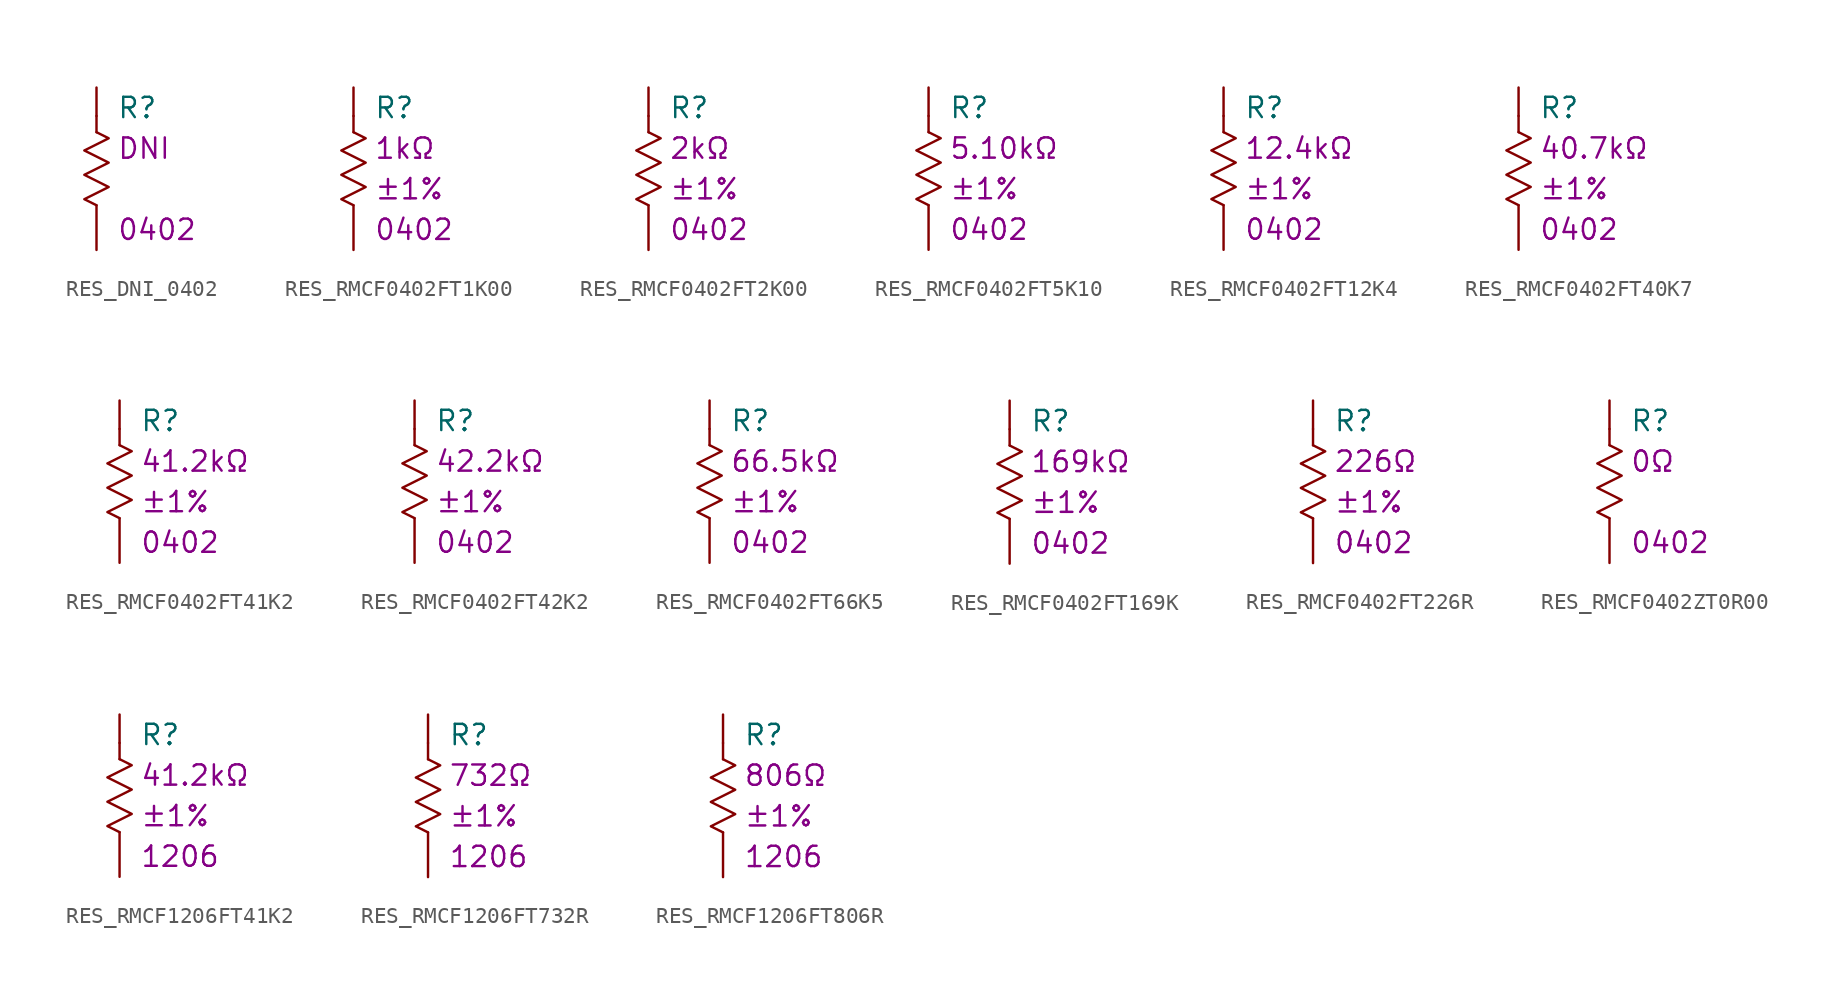
<source format=kicad_sym>
(kicad_symbol_lib
  (version 20211014)
  (generator kicad_symbol_editor)
  (symbol "RES_DNI_0402"
    (pin_numbers hide)
    (pin_names
      (offset 1.27) hide)
    (property "Reference" "R"
      (at 1.27 3.81 0)
      (effects (font (size 1.27 1.27)) (justify left)))
    (property "Package" "0402"
      (at 1.27 -3.81 0)
      (effects (font (size 1.27 1.27)) (justify left)))
    (property "Property" "DNI"
      (at 1.27 1.27 0)
      (effects (font (size 1.27 1.27)) (justify left)))
    (symbol "RES_DNI_0402_0_1"
      (polyline (pts (xy 0 3.302) (xy 0 3.302)) (stroke (width 0) (type default) (color 0 0 0 0)) (fill (type none)))
      (polyline (pts (xy 0 2.286) (xy 0.762 1.905) (xy -0.762 1.143) (xy 0.762 0.381) (xy -0.762 -0.381) (xy 0.762 -1.143) (xy -0.762 -1.905) (xy 0 -2.286)) (stroke (width 0) (type default) (color 0 0 0 0)) (fill (type none))))
    (symbol "RES_DNI_0402_1_1"
      (pin passive line (at 0 5.08 270) (length 2.794) (name "1" (effects (font (size 1.27 1.27)))) (number "1" (effects (font (size 1.27 1.27)))))
      (pin passive line (at 0 -5.08 90) (length 2.794) (name "2" (effects (font (size 1.27 1.27)))) (number "2" (effects (font (size 1.27 1.27)))))))
  (symbol "RES_RMCF0402FT1K00"
    (pin_numbers hide)
    (pin_names
      (offset 1.27) hide)
    (property "Reference" "R"
      (at 1.27 3.81 0)
      (effects (font (size 1.27 1.27)) (justify left)))
    (property "Package" "0402"
      (at 1.27 -3.81 0)
      (effects (font (size 1.27 1.27)) (justify left)))
    (property "Property" "1kΩ"
      (at 1.27 1.27 0)
      (effects (font (size 1.27 1.27)) (justify left)))
    (property "Tolerance" "±1%"
      (at 1.27 -1.27 0)
      (effects (font (size 1.27 1.27)) (justify left)))
    (symbol "RES_RMCF0402FT1K00_0_1"
      (polyline (pts (xy 0 3.302) (xy 0 3.302)) (stroke (width 0) (type default) (color 0 0 0 0)) (fill (type none)))
      (polyline (pts (xy 0 2.286) (xy 0.762 1.905) (xy -0.762 1.143) (xy 0.762 0.381) (xy -0.762 -0.381) (xy 0.762 -1.143) (xy -0.762 -1.905) (xy 0 -2.286)) (stroke (width 0) (type default) (color 0 0 0 0)) (fill (type none))))
    (symbol "RES_RMCF0402FT1K00_1_1"
      (pin passive line (at 0 5.08 270) (length 2.794) (name "1" (effects (font (size 1.27 1.27)))) (number "1" (effects (font (size 1.27 1.27)))))
      (pin passive line (at 0 -5.08 90) (length 2.794) (name "2" (effects (font (size 1.27 1.27)))) (number "2" (effects (font (size 1.27 1.27)))))))
  (symbol "RES_RMCF0402FT2K00"
    (pin_numbers hide)
    (pin_names
      (offset 1.27) hide)
    (property "Reference" "R"
      (at 1.27 3.81 0)
      (effects (font (size 1.27 1.27)) (justify left)))
    (property "Package" "0402"
      (at 1.27 -3.81 0)
      (effects (font (size 1.27 1.27)) (justify left)))
    (property "Property" "2kΩ"
      (at 1.27 1.27 0)
      (effects (font (size 1.27 1.27)) (justify left)))
    (property "Tolerance" "±1%"
      (at 1.27 -1.27 0)
      (effects (font (size 1.27 1.27)) (justify left)))
    (symbol "RES_RMCF0402FT2K00_0_1"
      (polyline (pts (xy 0 3.302) (xy 0 3.302)) (stroke (width 0) (type default) (color 0 0 0 0)) (fill (type none)))
      (polyline (pts (xy 0 2.286) (xy 0.762 1.905) (xy -0.762 1.143) (xy 0.762 0.381) (xy -0.762 -0.381) (xy 0.762 -1.143) (xy -0.762 -1.905) (xy 0 -2.286)) (stroke (width 0) (type default) (color 0 0 0 0)) (fill (type none))))
    (symbol "RES_RMCF0402FT2K00_1_1"
      (pin passive line (at 0 5.08 270) (length 2.794) (name "1" (effects (font (size 1.27 1.27)))) (number "1" (effects (font (size 1.27 1.27)))))
      (pin passive line (at 0 -5.08 90) (length 2.794) (name "2" (effects (font (size 1.27 1.27)))) (number "2" (effects (font (size 1.27 1.27)))))))
  (symbol "RES_RMCF0402FT5K10"
    (pin_numbers hide)
    (pin_names
      (offset 1.27) hide)
    (property "Reference" "R"
      (at 1.27 3.81 0)
      (effects (font (size 1.27 1.27)) (justify left)))
    (property "Package" "0402"
      (at 1.27 -3.81 0)
      (effects (font (size 1.27 1.27)) (justify left)))
    (property "Property" "5.10kΩ"
      (at 1.27 1.27 0)
      (effects (font (size 1.27 1.27)) (justify left)))
    (property "Tolerance" "±1%"
      (at 1.27 -1.27 0)
      (effects (font (size 1.27 1.27)) (justify left)))
    (symbol "RES_RMCF0402FT5K10_0_1"
      (polyline (pts (xy 0 3.302) (xy 0 3.302)) (stroke (width 0) (type default) (color 0 0 0 0)) (fill (type none)))
      (polyline (pts (xy 0 2.286) (xy 0.762 1.905) (xy -0.762 1.143) (xy 0.762 0.381) (xy -0.762 -0.381) (xy 0.762 -1.143) (xy -0.762 -1.905) (xy 0 -2.286)) (stroke (width 0) (type default) (color 0 0 0 0)) (fill (type none))))
    (symbol "RES_RMCF0402FT5K10_1_1"
      (pin passive line (at 0 5.08 270) (length 2.794) (name "1" (effects (font (size 1.27 1.27)))) (number "1" (effects (font (size 1.27 1.27)))))
      (pin passive line (at 0 -5.08 90) (length 2.794) (name "2" (effects (font (size 1.27 1.27)))) (number "2" (effects (font (size 1.27 1.27)))))))
  (symbol "RES_RMCF0402FT12K4"
    (pin_numbers hide)
    (pin_names
      (offset 1.27) hide)
    (property "Reference" "R"
      (at 1.27 3.81 0)
      (effects (font (size 1.27 1.27)) (justify left)))
    (property "Package" "0402"
      (at 1.27 -3.81 0)
      (effects (font (size 1.27 1.27)) (justify left)))
    (property "Property" "12.4kΩ"
      (at 1.27 1.27 0)
      (effects (font (size 1.27 1.27)) (justify left)))
    (property "Tolerance" "±1%"
      (at 1.27 -1.27 0)
      (effects (font (size 1.27 1.27)) (justify left)))
    (symbol "RES_RMCF0402FT12K4_0_1"
      (polyline (pts (xy 0 3.302) (xy 0 3.302)) (stroke (width 0) (type default) (color 0 0 0 0)) (fill (type none)))
      (polyline (pts (xy 0 2.286) (xy 0.762 1.905) (xy -0.762 1.143) (xy 0.762 0.381) (xy -0.762 -0.381) (xy 0.762 -1.143) (xy -0.762 -1.905) (xy 0 -2.286)) (stroke (width 0) (type default) (color 0 0 0 0)) (fill (type none))))
    (symbol "RES_RMCF0402FT12K4_1_1"
      (pin passive line (at 0 5.08 270) (length 2.794) (name "1" (effects (font (size 1.27 1.27)))) (number "1" (effects (font (size 1.27 1.27)))))
      (pin passive line (at 0 -5.08 90) (length 2.794) (name "2" (effects (font (size 1.27 1.27)))) (number "2" (effects (font (size 1.27 1.27)))))))
  (symbol "RES_RMCF0402FT40K7"
    (pin_numbers hide)
    (pin_names
      (offset 1.27) hide)
    (property "Reference" "R"
      (at 1.27 3.81 0)
      (effects (font (size 1.27 1.27)) (justify left)))
    (property "Package" "0402"
      (at 1.27 -3.81 0)
      (effects (font (size 1.27 1.27)) (justify left)))
    (property "Property" "40.7kΩ"
      (at 1.27 1.27 0)
      (effects (font (size 1.27 1.27)) (justify left)))
    (property "Tolerance" "±1%"
      (at 1.27 -1.27 0)
      (effects (font (size 1.27 1.27)) (justify left)))
    (symbol "RES_RMCF0402FT40K7_0_1"
      (polyline (pts (xy 0 3.302) (xy 0 3.302)) (stroke (width 0) (type default) (color 0 0 0 0)) (fill (type none)))
      (polyline (pts (xy 0 2.286) (xy 0.762 1.905) (xy -0.762 1.143) (xy 0.762 0.381) (xy -0.762 -0.381) (xy 0.762 -1.143) (xy -0.762 -1.905) (xy 0 -2.286)) (stroke (width 0) (type default) (color 0 0 0 0)) (fill (type none))))
    (symbol "RES_RMCF0402FT40K7_1_1"
      (pin passive line (at 0 5.08 270) (length 2.794) (name "1" (effects (font (size 1.27 1.27)))) (number "1" (effects (font (size 1.27 1.27)))))
      (pin passive line (at 0 -5.08 90) (length 2.794) (name "2" (effects (font (size 1.27 1.27)))) (number "2" (effects (font (size 1.27 1.27)))))))
  (symbol "RES_RMCF0402FT41K2"
    (pin_numbers hide)
    (pin_names
      (offset 1.27) hide)
    (property "Reference" "R"
      (at 1.27 3.81 0)
      (effects (font (size 1.27 1.27)) (justify left)))
    (property "Package" "0402"
      (at 1.27 -3.81 0)
      (effects (font (size 1.27 1.27)) (justify left)))
    (property "Property" "41.2kΩ"
      (at 1.27 1.27 0)
      (effects (font (size 1.27 1.27)) (justify left)))
    (property "Tolerance" "±1%"
      (at 1.27 -1.27 0)
      (effects (font (size 1.27 1.27)) (justify left)))
    (symbol "RES_RMCF0402FT41K2_0_1"
      (polyline (pts (xy 0 3.302) (xy 0 3.302)) (stroke (width 0) (type default) (color 0 0 0 0)) (fill (type none)))
      (polyline (pts (xy 0 2.286) (xy 0.762 1.905) (xy -0.762 1.143) (xy 0.762 0.381) (xy -0.762 -0.381) (xy 0.762 -1.143) (xy -0.762 -1.905) (xy 0 -2.286)) (stroke (width 0) (type default) (color 0 0 0 0)) (fill (type none))))
    (symbol "RES_RMCF0402FT41K2_1_1"
      (pin passive line (at 0 5.08 270) (length 2.794) (name "1" (effects (font (size 1.27 1.27)))) (number "1" (effects (font (size 1.27 1.27)))))
      (pin passive line (at 0 -5.08 90) (length 2.794) (name "2" (effects (font (size 1.27 1.27)))) (number "2" (effects (font (size 1.27 1.27)))))))
  (symbol "RES_RMCF0402FT42K2"
    (pin_numbers hide)
    (pin_names
      (offset 1.27) hide)
    (property "Reference" "R"
      (at 1.27 3.81 0)
      (effects (font (size 1.27 1.27)) (justify left)))
    (property "Package" "0402"
      (at 1.27 -3.81 0)
      (effects (font (size 1.27 1.27)) (justify left)))
    (property "Property" "42.2kΩ"
      (at 1.27 1.27 0)
      (effects (font (size 1.27 1.27)) (justify left)))
    (property "Tolerance" "±1%"
      (at 1.27 -1.27 0)
      (effects (font (size 1.27 1.27)) (justify left)))
    (symbol "RES_RMCF0402FT42K2_0_1"
      (polyline (pts (xy 0 3.302) (xy 0 3.302)) (stroke (width 0) (type default) (color 0 0 0 0)) (fill (type none)))
      (polyline (pts (xy 0 2.286) (xy 0.762 1.905) (xy -0.762 1.143) (xy 0.762 0.381) (xy -0.762 -0.381) (xy 0.762 -1.143) (xy -0.762 -1.905) (xy 0 -2.286)) (stroke (width 0) (type default) (color 0 0 0 0)) (fill (type none))))
    (symbol "RES_RMCF0402FT42K2_1_1"
      (pin passive line (at 0 5.08 270) (length 2.794) (name "1" (effects (font (size 1.27 1.27)))) (number "1" (effects (font (size 1.27 1.27)))))
      (pin passive line (at 0 -5.08 90) (length 2.794) (name "2" (effects (font (size 1.27 1.27)))) (number "2" (effects (font (size 1.27 1.27)))))))
  (symbol "RES_RMCF0402FT66K5"
    (pin_numbers hide)
    (pin_names
      (offset 1.27) hide)
    (property "Reference" "R"
      (at 1.27 3.81 0)
      (effects (font (size 1.27 1.27)) (justify left)))
    (property "Package" "0402"
      (at 1.27 -3.81 0)
      (effects (font (size 1.27 1.27)) (justify left)))
    (property "Property" "66.5kΩ"
      (at 1.27 1.27 0)
      (effects (font (size 1.27 1.27)) (justify left)))
    (property "Tolerance" "±1%"
      (at 1.27 -1.27 0)
      (effects (font (size 1.27 1.27)) (justify left)))
    (symbol "RES_RMCF0402FT66K5_0_1"
      (polyline (pts (xy 0 3.302) (xy 0 3.302)) (stroke (width 0) (type default) (color 0 0 0 0)) (fill (type none)))
      (polyline (pts (xy 0 2.286) (xy 0.762 1.905) (xy -0.762 1.143) (xy 0.762 0.381) (xy -0.762 -0.381) (xy 0.762 -1.143) (xy -0.762 -1.905) (xy 0 -2.286)) (stroke (width 0) (type default) (color 0 0 0 0)) (fill (type none))))
    (symbol "RES_RMCF0402FT66K5_1_1"
      (pin passive line (at 0 5.08 270) (length 2.794) (name "1" (effects (font (size 1.27 1.27)))) (number "1" (effects (font (size 1.27 1.27)))))
      (pin passive line (at 0 -5.08 90) (length 2.794) (name "2" (effects (font (size 1.27 1.27)))) (number "2" (effects (font (size 1.27 1.27)))))))
  (symbol "RES_RMCF0402FT169K"
    (pin_numbers hide)
    (pin_names
      (offset 1.27) hide)
    (property "Reference" "R"
      (at 1.27 3.81 0)
      (effects (font (size 1.27 1.27)) (justify left)))
    (property "Package" "0402"
      (at 1.27 -3.81 0)
      (effects (font (size 1.27 1.27)) (justify left)))
    (property "Property" "169kΩ"
      (at 1.27 1.27 0)
      (effects (font (size 1.27 1.27)) (justify left)))
    (property "Tolerance" "±1%"
      (at 1.27 -1.27 0)
      (effects (font (size 1.27 1.27)) (justify left)))
    (symbol "RES_RMCF0402FT169K_0_1"
      (polyline (pts (xy 0 3.302) (xy 0 3.302)) (stroke (width 0) (type default) (color 0 0 0 0)) (fill (type none)))
      (polyline (pts (xy 0 2.286) (xy 0.762 1.905) (xy -0.762 1.143) (xy 0.762 0.381) (xy -0.762 -0.381) (xy 0.762 -1.143) (xy -0.762 -1.905) (xy 0 -2.286)) (stroke (width 0) (type default) (color 0 0 0 0)) (fill (type none))))
    (symbol "RES_RMCF0402FT169K_1_1"
      (pin passive line (at 0 5.08 270) (length 2.794) (name "1" (effects (font (size 1.27 1.27)))) (number "1" (effects (font (size 1.27 1.27)))))
      (pin passive line (at 0 -5.08 90) (length 2.794) (name "2" (effects (font (size 1.27 1.27)))) (number "2" (effects (font (size 1.27 1.27)))))))
  (symbol "RES_RMCF0402FT226R"
    (pin_numbers hide)
    (pin_names
      (offset 1.27) hide)
    (property "Reference" "R"
      (at 1.27 3.81 0)
      (effects (font (size 1.27 1.27)) (justify left)))
    (property "Package" "0402"
      (at 1.27 -3.81 0)
      (effects (font (size 1.27 1.27)) (justify left)))
    (property "Property" "226Ω"
      (at 1.27 1.27 0)
      (effects (font (size 1.27 1.27)) (justify left)))
    (property "Tolerance" "±1%"
      (at 1.27 -1.27 0)
      (effects (font (size 1.27 1.27)) (justify left)))
    (symbol "RES_RMCF0402FT226R_0_1"
      (polyline (pts (xy 0 3.302) (xy 0 3.302)) (stroke (width 0) (type default) (color 0 0 0 0)) (fill (type none)))
      (polyline (pts (xy 0 2.286) (xy 0.762 1.905) (xy -0.762 1.143) (xy 0.762 0.381) (xy -0.762 -0.381) (xy 0.762 -1.143) (xy -0.762 -1.905) (xy 0 -2.286)) (stroke (width 0) (type default) (color 0 0 0 0)) (fill (type none))))
    (symbol "RES_RMCF0402FT226R_1_1"
      (pin passive line (at 0 5.08 270) (length 2.794) (name "1" (effects (font (size 1.27 1.27)))) (number "1" (effects (font (size 1.27 1.27)))))
      (pin passive line (at 0 -5.08 90) (length 2.794) (name "2" (effects (font (size 1.27 1.27)))) (number "2" (effects (font (size 1.27 1.27)))))))
  (symbol "RES_RMCF0402ZT0R00"
    (pin_numbers hide)
    (pin_names
      (offset 1.27) hide)
    (property "Reference" "R"
      (at 1.27 3.81 0)
      (effects (font (size 1.27 1.27)) (justify left)))
    (property "Package" "0402"
      (at 1.27 -3.81 0)
      (effects (font (size 1.27 1.27)) (justify left)))
    (property "Property" "0Ω"
      (at 1.27 1.27 0)
      (effects (font (size 1.27 1.27)) (justify left)))
    (symbol "RES_RMCF0402ZT0R00_0_1"
      (polyline (pts (xy 0 3.302) (xy 0 3.302)) (stroke (width 0) (type default) (color 0 0 0 0)) (fill (type none)))
      (polyline (pts (xy 0 2.286) (xy 0.762 1.905) (xy -0.762 1.143) (xy 0.762 0.381) (xy -0.762 -0.381) (xy 0.762 -1.143) (xy -0.762 -1.905) (xy 0 -2.286)) (stroke (width 0) (type default) (color 0 0 0 0)) (fill (type none))))
    (symbol "RES_RMCF0402ZT0R00_1_1"
      (pin passive line (at 0 5.08 270) (length 2.794) (name "1" (effects (font (size 1.27 1.27)))) (number "1" (effects (font (size 1.27 1.27)))))
      (pin passive line (at 0 -5.08 90) (length 2.794) (name "2" (effects (font (size 1.27 1.27)))) (number "2" (effects (font (size 1.27 1.27)))))))
  (symbol "RES_RMCF1206FT41K2"
    (pin_numbers hide)
    (pin_names
      (offset 1.27) hide)
    (property "Reference" "R"
      (at 1.27 3.81 0)
      (effects (font (size 1.27 1.27)) (justify left)))
    (property "Package" "1206"
      (at 1.27 -3.81 0)
      (effects (font (size 1.27 1.27)) (justify left)))
    (property "Property" "41.2kΩ"
      (at 1.27 1.27 0)
      (effects (font (size 1.27 1.27)) (justify left)))
    (property "Tolerance" "±1%"
      (at 1.27 -1.27 0)
      (effects (font (size 1.27 1.27)) (justify left)))
    (symbol "RES_RMCF1206FT41K2_0_1"
      (polyline (pts (xy 0 3.302) (xy 0 3.302)) (stroke (width 0) (type default) (color 0 0 0 0)) (fill (type none)))
      (polyline (pts (xy 0 2.286) (xy 0.762 1.905) (xy -0.762 1.143) (xy 0.762 0.381) (xy -0.762 -0.381) (xy 0.762 -1.143) (xy -0.762 -1.905) (xy 0 -2.286)) (stroke (width 0) (type default) (color 0 0 0 0)) (fill (type none))))
    (symbol "RES_RMCF1206FT41K2_1_1"
      (pin passive line (at 0 5.08 270) (length 2.794) (name "1" (effects (font (size 1.27 1.27)))) (number "1" (effects (font (size 1.27 1.27)))))
      (pin passive line (at 0 -5.08 90) (length 2.794) (name "2" (effects (font (size 1.27 1.27)))) (number "2" (effects (font (size 1.27 1.27)))))))
  (symbol "RES_RMCF1206FT732R"
    (pin_numbers hide)
    (pin_names
      (offset 1.27) hide)
    (property "Reference" "R"
      (at 1.27 3.81 0)
      (effects (font (size 1.27 1.27)) (justify left)))
    (property "Package" "1206"
      (at 1.27 -3.81 0)
      (effects (font (size 1.27 1.27)) (justify left)))
    (property "Property" "732Ω"
      (at 1.27 1.27 0)
      (effects (font (size 1.27 1.27)) (justify left)))
    (property "Tolerance" "±1%"
      (at 1.27 -1.27 0)
      (effects (font (size 1.27 1.27)) (justify left)))
    (symbol "RES_RMCF1206FT732R_0_1"
      (polyline (pts (xy 0 3.302) (xy 0 3.302)) (stroke (width 0) (type default) (color 0 0 0 0)) (fill (type none)))
      (polyline (pts (xy 0 2.286) (xy 0.762 1.905) (xy -0.762 1.143) (xy 0.762 0.381) (xy -0.762 -0.381) (xy 0.762 -1.143) (xy -0.762 -1.905) (xy 0 -2.286)) (stroke (width 0) (type default) (color 0 0 0 0)) (fill (type none))))
    (symbol "RES_RMCF1206FT732R_1_1"
      (pin passive line (at 0 5.08 270) (length 2.794) (name "1" (effects (font (size 1.27 1.27)))) (number "1" (effects (font (size 1.27 1.27)))))
      (pin passive line (at 0 -5.08 90) (length 2.794) (name "2" (effects (font (size 1.27 1.27)))) (number "2" (effects (font (size 1.27 1.27)))))))
  (symbol "RES_RMCF1206FT806R"
    (pin_numbers hide)
    (pin_names
      (offset 1.27) hide)
    (property "Reference" "R"
      (at 1.27 3.81 0)
      (effects (font (size 1.27 1.27)) (justify left)))
    (property "Package" "1206"
      (at 1.27 -3.81 0)
      (effects (font (size 1.27 1.27)) (justify left)))
    (property "Property" "806Ω"
      (at 1.27 1.27 0)
      (effects (font (size 1.27 1.27)) (justify left)))
    (property "Tolerance" "±1%"
      (at 1.27 -1.27 0)
      (effects (font (size 1.27 1.27)) (justify left)))
    (symbol "RES_RMCF1206FT806R_0_1"
      (polyline (pts (xy 0 3.302) (xy 0 3.302)) (stroke (width 0) (type default) (color 0 0 0 0)) (fill (type none)))
      (polyline (pts (xy 0 2.286) (xy 0.762 1.905) (xy -0.762 1.143) (xy 0.762 0.381) (xy -0.762 -0.381) (xy 0.762 -1.143) (xy -0.762 -1.905) (xy 0 -2.286)) (stroke (width 0) (type default) (color 0 0 0 0)) (fill (type none))))
    (symbol "RES_RMCF1206FT806R_1_1"
      (pin passive line (at 0 5.08 270) (length 2.794) (name "1" (effects (font (size 1.27 1.27)))) (number "1" (effects (font (size 1.27 1.27)))))
      (pin passive line (at 0 -5.08 90) (length 2.794) (name "2" (effects (font (size 1.27 1.27)))) (number "2" (effects (font (size 1.27 1.27))))))))
</source>
